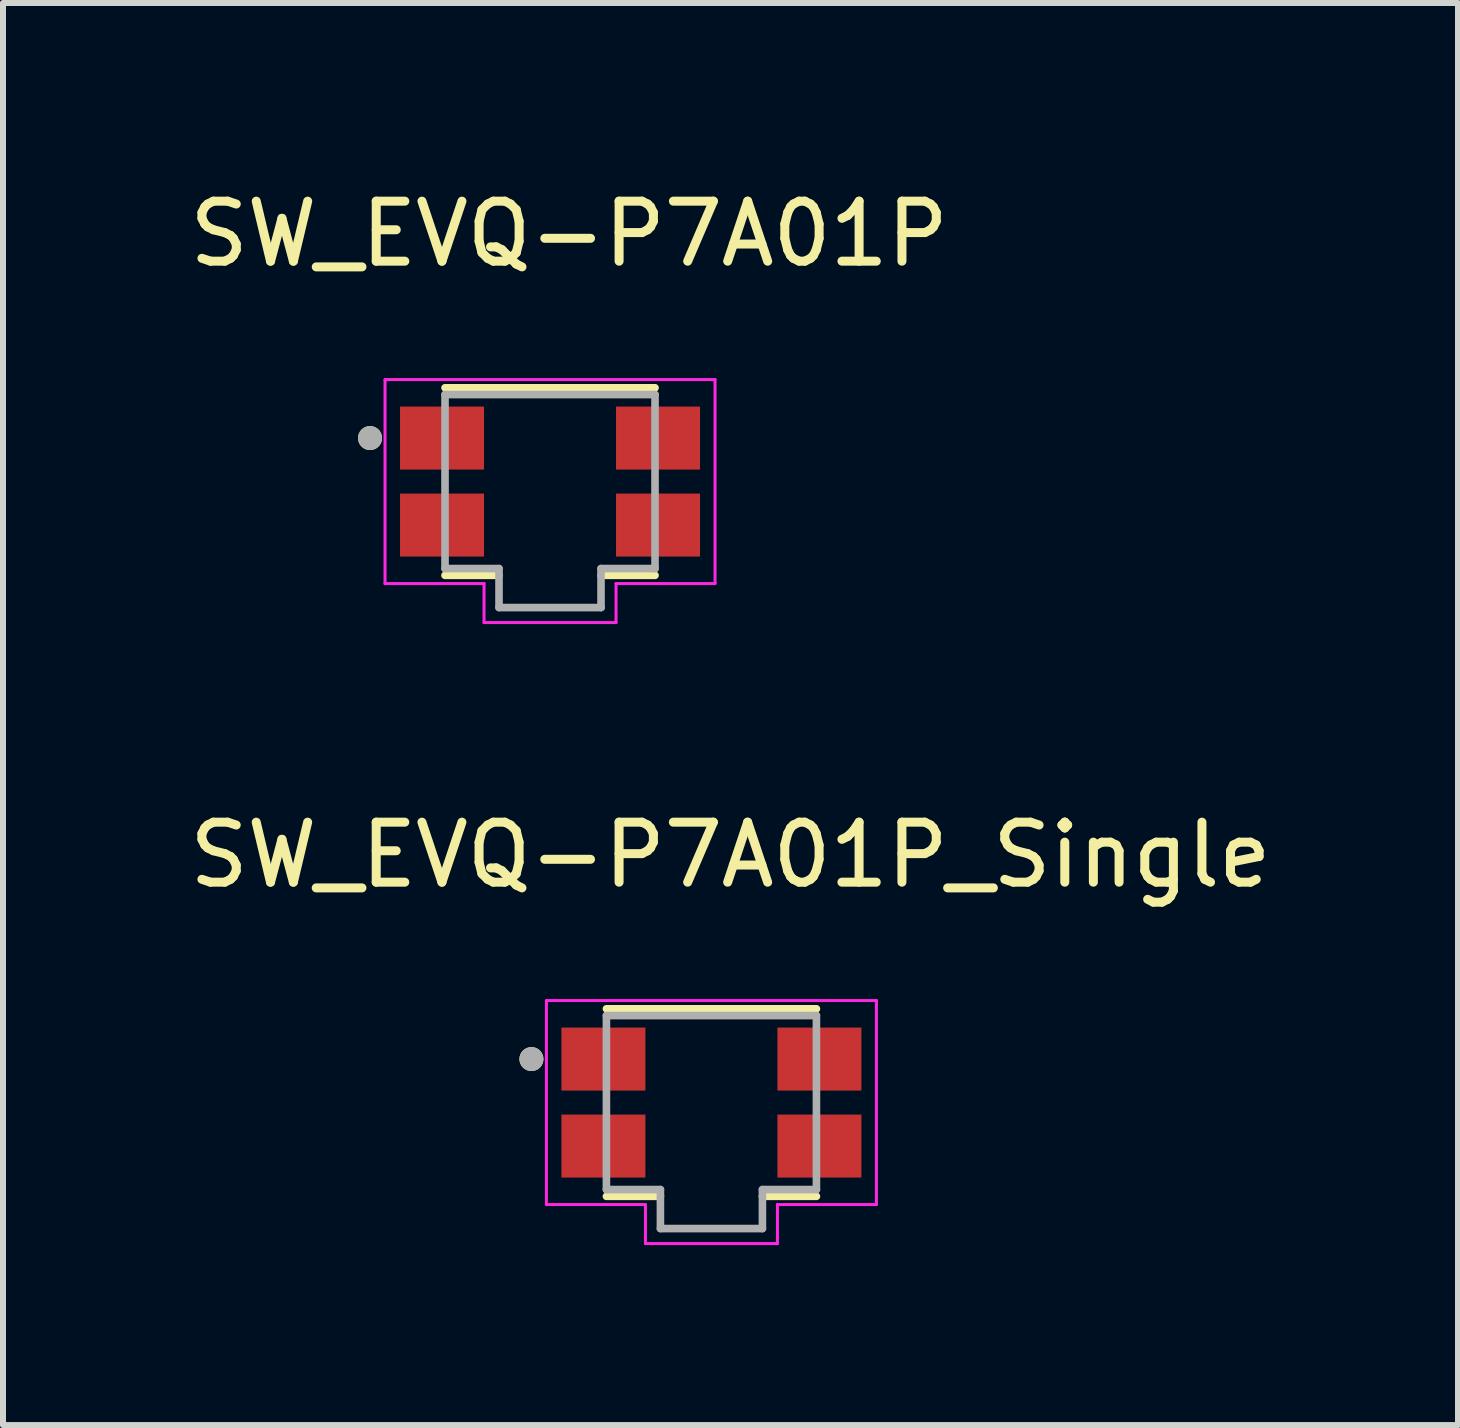
<source format=kicad_pcb>
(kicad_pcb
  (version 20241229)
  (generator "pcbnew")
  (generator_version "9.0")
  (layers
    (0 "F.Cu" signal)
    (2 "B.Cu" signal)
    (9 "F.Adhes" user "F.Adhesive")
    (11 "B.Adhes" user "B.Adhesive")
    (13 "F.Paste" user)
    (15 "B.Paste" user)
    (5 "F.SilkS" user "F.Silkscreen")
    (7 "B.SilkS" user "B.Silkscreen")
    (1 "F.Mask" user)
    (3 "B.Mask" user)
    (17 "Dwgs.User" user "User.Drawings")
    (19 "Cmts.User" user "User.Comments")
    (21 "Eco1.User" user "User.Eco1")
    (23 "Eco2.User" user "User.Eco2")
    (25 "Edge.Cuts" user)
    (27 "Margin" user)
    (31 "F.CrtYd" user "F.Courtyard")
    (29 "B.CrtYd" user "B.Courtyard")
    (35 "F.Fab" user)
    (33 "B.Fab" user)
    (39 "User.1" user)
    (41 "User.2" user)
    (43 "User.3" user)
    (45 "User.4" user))
  (footprint "SW_EVQ-P7A01P_Single"
    (layer "F.Cu")
    (at 8.807 15.326)
    (property "Reference" "SW_EVQ-P7A01P_Single" (at 0.318 -4.128 0) (layer "F.SilkS") (effects (font (size 1 1) (thickness 0.15))))
    (attr smd)
    (fp_line (start -1.75 -1.563) (end 1.75 -1.563) (stroke (width 0.127) (type solid)) (layer "F.SilkS"))
    (fp_line (start -0.85 1.563) (end -1.75 1.563) (stroke (width 0.127) (type solid)) (layer "F.SilkS"))
    (fp_line (start 1.75 1.563) (end 0.85 1.563) (stroke (width 0.127) (type solid)) (layer "F.SilkS"))
    (fp_circle (center -3 -0.725) (end -2.9 -0.725) (stroke (width 0.2) (type solid)) (fill no) (layer "F.SilkS"))
    (fp_line (start -2.75 -1.7) (end 2.75 -1.7) (stroke (width 0.05) (type solid)) (layer "F.CrtYd"))
    (fp_line (start -2.75 1.7) (end -2.75 -1.7) (stroke (width 0.05) (type solid)) (layer "F.CrtYd"))
    (fp_line (start -1.1 1.7) (end -2.75 1.7) (stroke (width 0.05) (type solid)) (layer "F.CrtYd"))
    (fp_line (start -1.1 2.35) (end -1.1 1.7) (stroke (width 0.05) (type solid)) (layer "F.CrtYd"))
    (fp_line (start 1.1 1.7) (end 1.1 2.35) (stroke (width 0.05) (type solid)) (layer "F.CrtYd"))
    (fp_line (start 1.1 2.35) (end -1.1 2.35) (stroke (width 0.05) (type solid)) (layer "F.CrtYd"))
    (fp_line (start 2.75 -1.7) (end 2.75 1.7) (stroke (width 0.05) (type solid)) (layer "F.CrtYd"))
    (fp_line (start 2.75 1.7) (end 1.1 1.7) (stroke (width 0.05) (type solid)) (layer "F.CrtYd"))
    (fp_line (start -1.75 -1.45) (end 1.75 -1.45) (stroke (width 0.127) (type solid)) (layer "F.Fab"))
    (fp_line (start -1.75 1.45) (end -1.75 -1.45) (stroke (width 0.127) (type solid)) (layer "F.Fab"))
    (fp_line (start -0.85 1.45) (end -1.75 1.45) (stroke (width 0.127) (type solid)) (layer "F.Fab"))
    (fp_line (start -0.85 2.1) (end -0.85 1.45) (stroke (width 0.127) (type solid)) (layer "F.Fab"))
    (fp_line (start 0.85 1.45) (end 0.85 2.1) (stroke (width 0.127) (type solid)) (layer "F.Fab"))
    (fp_line (start 0.85 2.1) (end -0.85 2.1) (stroke (width 0.127) (type solid)) (layer "F.Fab"))
    (fp_line (start 1.75 -1.45) (end 1.75 1.45) (stroke (width 0.127) (type solid)) (layer "F.Fab"))
    (fp_line (start 1.75 1.45) (end 0.85 1.45) (stroke (width 0.127) (type solid)) (layer "F.Fab"))
    (fp_circle (center -3 -0.725) (end -2.9 -0.725) (stroke (width 0.2) (type solid)) (fill no) (layer "F.Fab"))
    (pad "1" smd rect (at -1.8 -0.725) (size 1.4 1.05) (layers "F.Cu" "F.Mask" "F.Paste"))
    (pad "1" smd rect (at 1.8 -0.725) (size 1.4 1.05) (layers "F.Cu" "F.Mask" "F.Paste"))
    (pad "2" smd rect (at -1.8 0.725) (size 1.4 1.05) (layers "F.Cu" "F.Mask" "F.Paste"))
    (pad "2" smd rect (at 1.8 0.725) (size 1.4 1.05) (layers "F.Cu" "F.Mask" "F.Paste")))
  (footprint "SW_EVQ-P7A01P"
    (layer "F.Cu")
    (at 6.117 4.976)
    (property "Reference" "SW_EVQ-P7A01P" (at 0.318 -4.128 0) (layer "F.SilkS") (effects (font (size 1 1) (thickness 0.15))))
    (attr smd)
    (fp_line (start -1.75 -1.563) (end 1.75 -1.563) (stroke (width 0.127) (type solid)) (layer "F.SilkS"))
    (fp_line (start -0.85 1.563) (end -1.75 1.563) (stroke (width 0.127) (type solid)) (layer "F.SilkS"))
    (fp_line (start 1.75 1.563) (end 0.85 1.563) (stroke (width 0.127) (type solid)) (layer "F.SilkS"))
    (fp_circle (center -3 -0.725) (end -2.9 -0.725) (stroke (width 0.2) (type solid)) (fill no) (layer "F.SilkS"))
    (fp_line (start -2.75 -1.7) (end 2.75 -1.7) (stroke (width 0.05) (type solid)) (layer "F.CrtYd"))
    (fp_line (start -2.75 1.7) (end -2.75 -1.7) (stroke (width 0.05) (type solid)) (layer "F.CrtYd"))
    (fp_line (start -1.1 1.7) (end -2.75 1.7) (stroke (width 0.05) (type solid)) (layer "F.CrtYd"))
    (fp_line (start -1.1 2.35) (end -1.1 1.7) (stroke (width 0.05) (type solid)) (layer "F.CrtYd"))
    (fp_line (start 1.1 1.7) (end 1.1 2.35) (stroke (width 0.05) (type solid)) (layer "F.CrtYd"))
    (fp_line (start 1.1 2.35) (end -1.1 2.35) (stroke (width 0.05) (type solid)) (layer "F.CrtYd"))
    (fp_line (start 2.75 -1.7) (end 2.75 1.7) (stroke (width 0.05) (type solid)) (layer "F.CrtYd"))
    (fp_line (start 2.75 1.7) (end 1.1 1.7) (stroke (width 0.05) (type solid)) (layer "F.CrtYd"))
    (fp_line (start -1.75 -1.45) (end 1.75 -1.45) (stroke (width 0.127) (type solid)) (layer "F.Fab"))
    (fp_line (start -1.75 1.45) (end -1.75 -1.45) (stroke (width 0.127) (type solid)) (layer "F.Fab"))
    (fp_line (start -0.85 1.45) (end -1.75 1.45) (stroke (width 0.127) (type solid)) (layer "F.Fab"))
    (fp_line (start -0.85 2.1) (end -0.85 1.45) (stroke (width 0.127) (type solid)) (layer "F.Fab"))
    (fp_line (start 0.85 1.45) (end 0.85 2.1) (stroke (width 0.127) (type solid)) (layer "F.Fab"))
    (fp_line (start 0.85 2.1) (end -0.85 2.1) (stroke (width 0.127) (type solid)) (layer "F.Fab"))
    (fp_line (start 1.75 -1.45) (end 1.75 1.45) (stroke (width 0.127) (type solid)) (layer "F.Fab"))
    (fp_line (start 1.75 1.45) (end 0.85 1.45) (stroke (width 0.127) (type solid)) (layer "F.Fab"))
    (fp_circle (center -3 -0.725) (end -2.9 -0.725) (stroke (width 0.2) (type solid)) (fill no) (layer "F.Fab"))
    (pad "1_1" smd rect (at -1.8 -0.725) (size 1.4 1.05) (layers "F.Cu" "F.Mask" "F.Paste"))
    (pad "1_2" smd rect (at 1.8 -0.725) (size 1.4 1.05) (layers "F.Cu" "F.Mask" "F.Paste"))
    (pad "2_1" smd rect (at -1.8 0.725) (size 1.4 1.05) (layers "F.Cu" "F.Mask" "F.Paste"))
    (pad "2_2" smd rect (at 1.8 0.725) (size 1.4 1.05) (layers "F.Cu" "F.Mask" "F.Paste")))
  (gr_rect
    (start -3 -3)
    (end 21.25 20.701)
    (stroke (width 0.1) (type default))
    (fill no)
    (layer "Edge.Cuts")))
</source>
